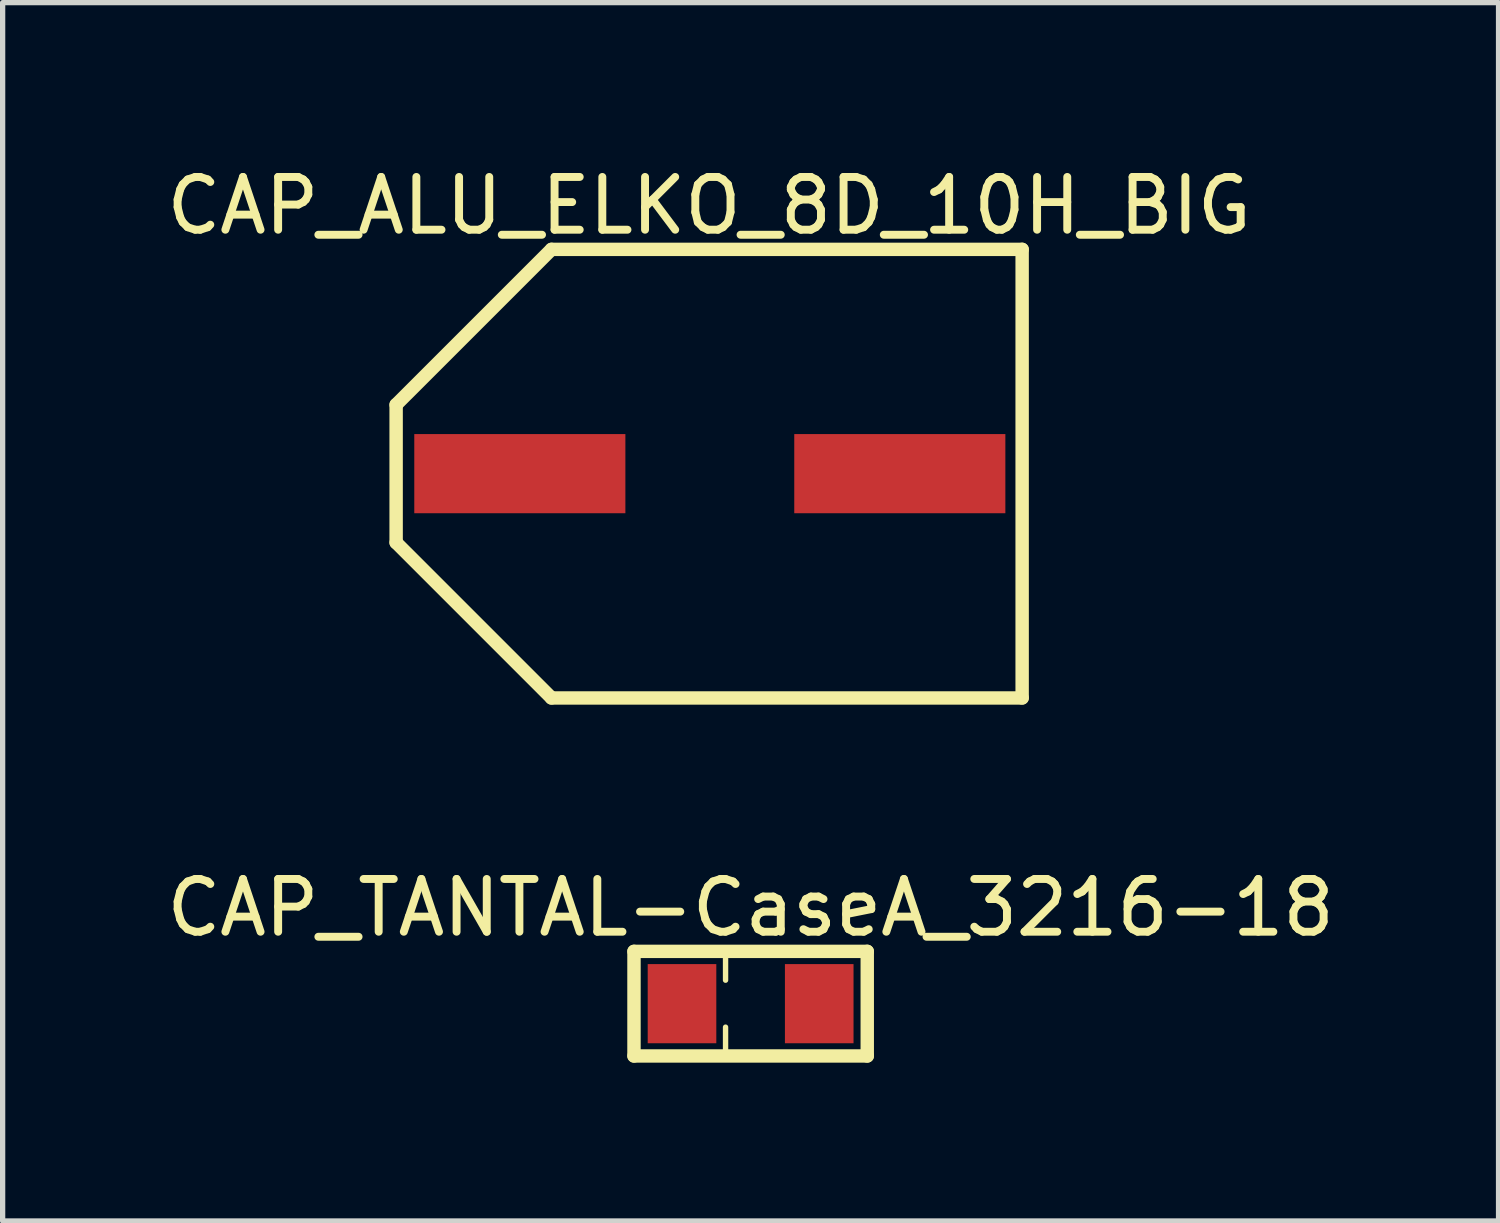
<source format=kicad_pcb>
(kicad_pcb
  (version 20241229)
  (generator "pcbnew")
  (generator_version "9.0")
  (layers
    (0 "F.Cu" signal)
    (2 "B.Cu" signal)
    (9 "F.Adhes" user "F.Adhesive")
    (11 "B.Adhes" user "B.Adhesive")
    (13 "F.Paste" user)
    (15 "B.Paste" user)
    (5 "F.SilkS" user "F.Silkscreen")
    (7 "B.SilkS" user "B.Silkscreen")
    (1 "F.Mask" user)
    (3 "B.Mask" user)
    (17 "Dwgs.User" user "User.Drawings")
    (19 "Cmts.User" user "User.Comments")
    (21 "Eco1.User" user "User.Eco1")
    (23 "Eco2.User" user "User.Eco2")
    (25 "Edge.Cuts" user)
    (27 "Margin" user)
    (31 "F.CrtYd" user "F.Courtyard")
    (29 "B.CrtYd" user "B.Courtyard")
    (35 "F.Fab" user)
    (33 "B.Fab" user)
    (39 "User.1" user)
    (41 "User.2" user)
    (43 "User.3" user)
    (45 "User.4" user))
  (footprint "CAP_ALU_ELKO_8D_10H_BIG"
    (layer "F.Cu")
    (at 10.4 5.925)
    (property "Reference" "CAP_ALU_ELKO_8D_10H_BIG" (at -0.013 -5.077 0) (layer "F.SilkS") (effects (font (size 1 1) (thickness 0.15))))
    (fp_line (start -5.944 -1.306) (end -3 -4.25) (stroke (width 0.254) (type solid)) (layer "F.SilkS"))
    (fp_line (start -5.944 1.306) (end -5.944 -1.306) (stroke (width 0.254) (type solid)) (layer "F.SilkS"))
    (fp_line (start -5.944 1.306) (end -3 4.25) (stroke (width 0.254) (type solid)) (layer "F.SilkS"))
    (fp_line (start -3 -4.25) (end 5.918 -4.25) (stroke (width 0.254) (type solid)) (layer "F.SilkS"))
    (fp_line (start -3 4.25) (end 5.918 4.25) (stroke (width 0.254) (type solid)) (layer "F.SilkS"))
    (fp_line (start 5.918 4.25) (end 5.918 -4.25) (stroke (width 0.254) (type solid)) (layer "F.SilkS"))
    (pad "N" smd rect (at 3.6 0) (size 4 1.5) (layers "F.Cu" "F.Mask" "F.Paste"))
    (pad "P" smd rect (at -3.6 0) (size 4 1.5) (layers "F.Cu" "F.Mask" "F.Paste")))
  (footprint "CAP_TANTAL-CaseA_3216-18"
    (layer "F.Cu")
    (at 11.173 15.968)
    (property "Reference" "CAP_TANTAL-CaseA_3216-18" (at 0 -1.818 0) (layer "F.SilkS") (effects (font (size 1 1) (thickness 0.15))))
    (fp_line (start -2.21 -0.991) (end 2.21 -0.991) (stroke (width 0.254) (type solid)) (layer "F.SilkS"))
    (fp_line (start -2.21 0.991) (end -2.21 -0.991) (stroke (width 0.254) (type solid)) (layer "F.SilkS"))
    (fp_line (start -2.21 0.991) (end 2.21 0.991) (stroke (width 0.254) (type solid)) (layer "F.SilkS"))
    (fp_line (start -0.475 -0.445) (end -0.475 -0.889) (stroke (width 0.102) (type solid)) (layer "F.SilkS"))
    (fp_line (start -0.475 0.991) (end -0.475 0.445) (stroke (width 0.102) (type solid)) (layer "F.SilkS"))
    (fp_line (start 2.21 0.991) (end 2.21 -0.991) (stroke (width 0.254) (type solid)) (layer "F.SilkS"))
    (pad "N" smd rect (at 1.3 0) (size 1.3 1.5) (layers "F.Cu" "F.Mask" "F.Paste"))
    (pad "P" smd rect (at -1.3 0) (size 1.3 1.5) (layers "F.Cu" "F.Mask" "F.Paste")))
  (gr_rect
    (start -3 -3)
    (end 25.345 20.086)
    (stroke (width 0.1) (type default))
    (fill no)
    (layer "Edge.Cuts")))
</source>
